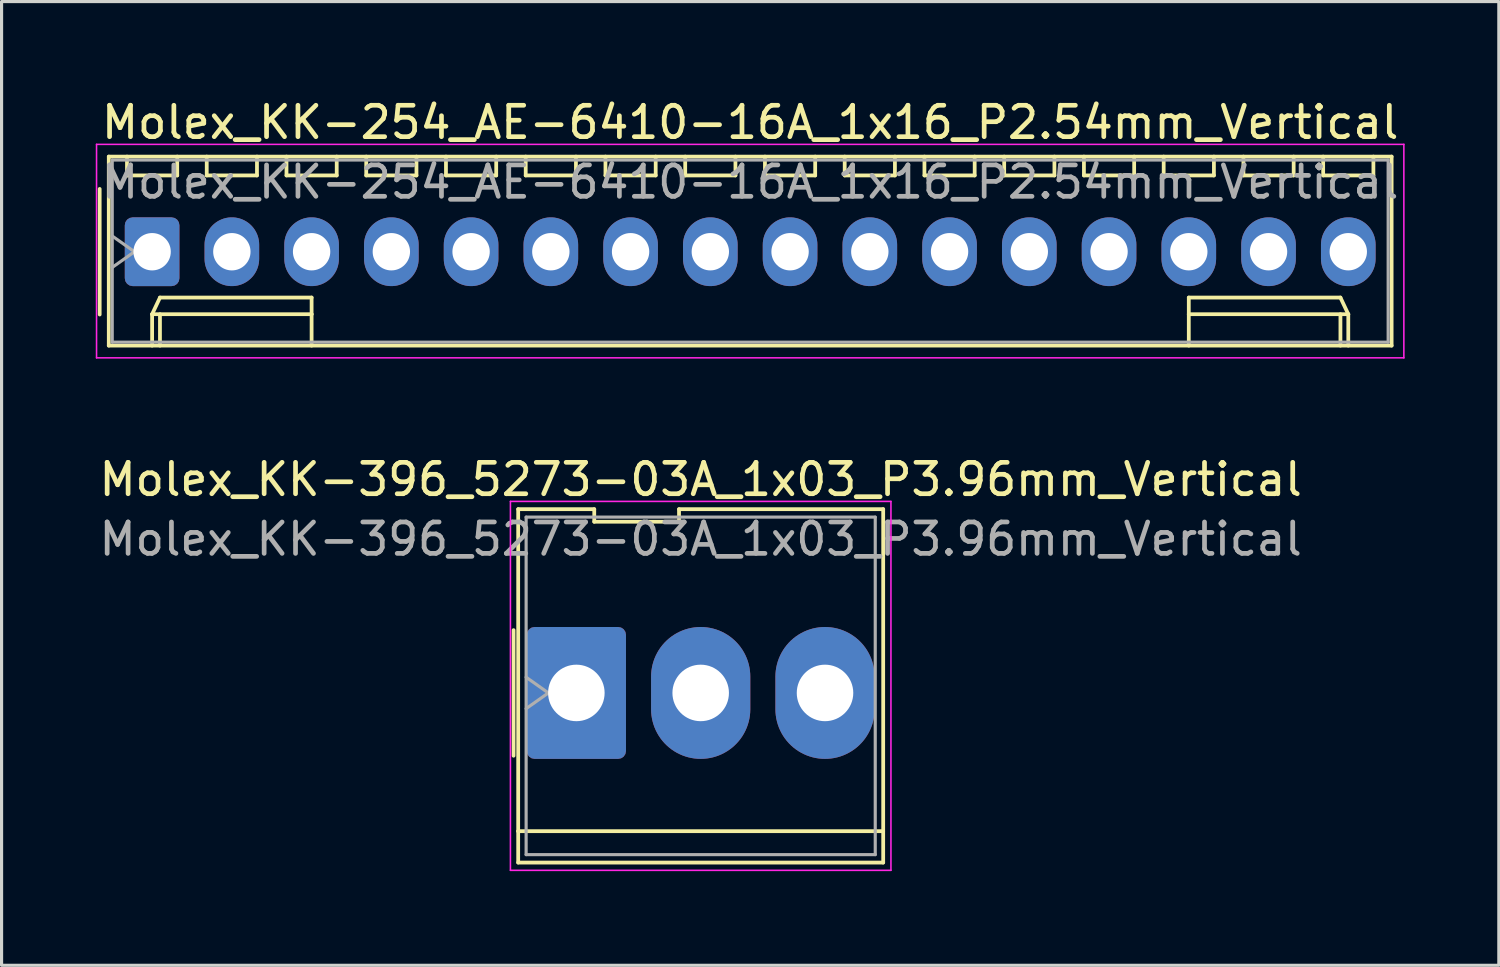
<source format=kicad_pcb>
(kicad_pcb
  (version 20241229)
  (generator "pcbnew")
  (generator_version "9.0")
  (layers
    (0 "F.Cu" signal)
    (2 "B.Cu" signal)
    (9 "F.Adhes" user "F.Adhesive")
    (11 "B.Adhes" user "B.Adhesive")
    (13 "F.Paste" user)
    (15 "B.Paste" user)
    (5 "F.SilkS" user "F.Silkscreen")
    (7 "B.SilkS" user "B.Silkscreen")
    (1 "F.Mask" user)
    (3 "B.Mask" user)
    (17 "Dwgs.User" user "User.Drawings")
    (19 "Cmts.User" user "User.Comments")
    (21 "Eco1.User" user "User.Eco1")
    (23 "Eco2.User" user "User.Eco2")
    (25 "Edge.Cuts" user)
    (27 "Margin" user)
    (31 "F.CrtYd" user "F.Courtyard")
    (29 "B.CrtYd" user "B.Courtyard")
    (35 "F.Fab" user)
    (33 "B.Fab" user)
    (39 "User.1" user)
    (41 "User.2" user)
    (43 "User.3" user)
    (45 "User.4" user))
  (footprint "Molex_KK-254_AE-6410-16A_1x16_P2.54mm_Vertical"
    (layer "F.Cu")
    (at 1.795 4.968)
    (property "Reference" "Molex_KK-254_AE-6410-16A_1x16_P2.54mm_Vertical" (at 19.05 -4.12 0) (layer "F.SilkS") (effects (font (size 1 1) (thickness 0.15))))
    (attr through_hole)
    (fp_line (start -1.67 -2) (end -1.67 2) (stroke (width 0.12) (type solid)) (layer "F.SilkS"))
    (fp_line (start -1.38 -3.03) (end -1.38 2.99) (stroke (width 0.12) (type solid)) (layer "F.SilkS"))
    (fp_line (start -1.38 2.99) (end 39.48 2.99) (stroke (width 0.12) (type solid)) (layer "F.SilkS"))
    (fp_line (start -0.8 -3.03) (end -0.8 -2.43) (stroke (width 0.12) (type solid)) (layer "F.SilkS"))
    (fp_line (start -0.8 -2.43) (end 0.8 -2.43) (stroke (width 0.12) (type solid)) (layer "F.SilkS"))
    (fp_line (start 0 1.99) (end 0.25 1.46) (stroke (width 0.12) (type solid)) (layer "F.SilkS"))
    (fp_line (start 0 1.99) (end 5.08 1.99) (stroke (width 0.12) (type solid)) (layer "F.SilkS"))
    (fp_line (start 0 2.99) (end 0 1.99) (stroke (width 0.12) (type solid)) (layer "F.SilkS"))
    (fp_line (start 0.25 1.46) (end 5.08 1.46) (stroke (width 0.12) (type solid)) (layer "F.SilkS"))
    (fp_line (start 0.25 2.99) (end 0.25 1.99) (stroke (width 0.12) (type solid)) (layer "F.SilkS"))
    (fp_line (start 0.8 -2.43) (end 0.8 -3.03) (stroke (width 0.12) (type solid)) (layer "F.SilkS"))
    (fp_line (start 1.74 -3.03) (end 1.74 -2.43) (stroke (width 0.12) (type solid)) (layer "F.SilkS"))
    (fp_line (start 1.74 -2.43) (end 3.34 -2.43) (stroke (width 0.12) (type solid)) (layer "F.SilkS"))
    (fp_line (start 3.34 -2.43) (end 3.34 -3.03) (stroke (width 0.12) (type solid)) (layer "F.SilkS"))
    (fp_line (start 4.28 -3.03) (end 4.28 -2.43) (stroke (width 0.12) (type solid)) (layer "F.SilkS"))
    (fp_line (start 4.28 -2.43) (end 5.88 -2.43) (stroke (width 0.12) (type solid)) (layer "F.SilkS"))
    (fp_line (start 5.08 1.46) (end 5.08 1.99) (stroke (width 0.12) (type solid)) (layer "F.SilkS"))
    (fp_line (start 5.08 1.99) (end 5.08 2.99) (stroke (width 0.12) (type solid)) (layer "F.SilkS"))
    (fp_line (start 5.88 -2.43) (end 5.88 -3.03) (stroke (width 0.12) (type solid)) (layer "F.SilkS"))
    (fp_line (start 6.82 -3.03) (end 6.82 -2.43) (stroke (width 0.12) (type solid)) (layer "F.SilkS"))
    (fp_line (start 6.82 -2.43) (end 8.42 -2.43) (stroke (width 0.12) (type solid)) (layer "F.SilkS"))
    (fp_line (start 8.42 -2.43) (end 8.42 -3.03) (stroke (width 0.12) (type solid)) (layer "F.SilkS"))
    (fp_line (start 9.36 -3.03) (end 9.36 -2.43) (stroke (width 0.12) (type solid)) (layer "F.SilkS"))
    (fp_line (start 9.36 -2.43) (end 10.96 -2.43) (stroke (width 0.12) (type solid)) (layer "F.SilkS"))
    (fp_line (start 10.96 -2.43) (end 10.96 -3.03) (stroke (width 0.12) (type solid)) (layer "F.SilkS"))
    (fp_line (start 11.9 -3.03) (end 11.9 -2.43) (stroke (width 0.12) (type solid)) (layer "F.SilkS"))
    (fp_line (start 11.9 -2.43) (end 13.5 -2.43) (stroke (width 0.12) (type solid)) (layer "F.SilkS"))
    (fp_line (start 13.5 -2.43) (end 13.5 -3.03) (stroke (width 0.12) (type solid)) (layer "F.SilkS"))
    (fp_line (start 14.44 -3.03) (end 14.44 -2.43) (stroke (width 0.12) (type solid)) (layer "F.SilkS"))
    (fp_line (start 14.44 -2.43) (end 16.04 -2.43) (stroke (width 0.12) (type solid)) (layer "F.SilkS"))
    (fp_line (start 16.04 -2.43) (end 16.04 -3.03) (stroke (width 0.12) (type solid)) (layer "F.SilkS"))
    (fp_line (start 16.98 -3.03) (end 16.98 -2.43) (stroke (width 0.12) (type solid)) (layer "F.SilkS"))
    (fp_line (start 16.98 -2.43) (end 18.58 -2.43) (stroke (width 0.12) (type solid)) (layer "F.SilkS"))
    (fp_line (start 18.58 -2.43) (end 18.58 -3.03) (stroke (width 0.12) (type solid)) (layer "F.SilkS"))
    (fp_line (start 19.52 -3.03) (end 19.52 -2.43) (stroke (width 0.12) (type solid)) (layer "F.SilkS"))
    (fp_line (start 19.52 -2.43) (end 21.12 -2.43) (stroke (width 0.12) (type solid)) (layer "F.SilkS"))
    (fp_line (start 21.12 -2.43) (end 21.12 -3.03) (stroke (width 0.12) (type solid)) (layer "F.SilkS"))
    (fp_line (start 22.06 -3.03) (end 22.06 -2.43) (stroke (width 0.12) (type solid)) (layer "F.SilkS"))
    (fp_line (start 22.06 -2.43) (end 23.66 -2.43) (stroke (width 0.12) (type solid)) (layer "F.SilkS"))
    (fp_line (start 23.66 -2.43) (end 23.66 -3.03) (stroke (width 0.12) (type solid)) (layer "F.SilkS"))
    (fp_line (start 24.6 -3.03) (end 24.6 -2.43) (stroke (width 0.12) (type solid)) (layer "F.SilkS"))
    (fp_line (start 24.6 -2.43) (end 26.2 -2.43) (stroke (width 0.12) (type solid)) (layer "F.SilkS"))
    (fp_line (start 26.2 -2.43) (end 26.2 -3.03) (stroke (width 0.12) (type solid)) (layer "F.SilkS"))
    (fp_line (start 27.14 -3.03) (end 27.14 -2.43) (stroke (width 0.12) (type solid)) (layer "F.SilkS"))
    (fp_line (start 27.14 -2.43) (end 28.74 -2.43) (stroke (width 0.12) (type solid)) (layer "F.SilkS"))
    (fp_line (start 28.74 -2.43) (end 28.74 -3.03) (stroke (width 0.12) (type solid)) (layer "F.SilkS"))
    (fp_line (start 29.68 -3.03) (end 29.68 -2.43) (stroke (width 0.12) (type solid)) (layer "F.SilkS"))
    (fp_line (start 29.68 -2.43) (end 31.28 -2.43) (stroke (width 0.12) (type solid)) (layer "F.SilkS"))
    (fp_line (start 31.28 -2.43) (end 31.28 -3.03) (stroke (width 0.12) (type solid)) (layer "F.SilkS"))
    (fp_line (start 32.22 -3.03) (end 32.22 -2.43) (stroke (width 0.12) (type solid)) (layer "F.SilkS"))
    (fp_line (start 32.22 -2.43) (end 33.82 -2.43) (stroke (width 0.12) (type solid)) (layer "F.SilkS"))
    (fp_line (start 33.02 1.46) (end 33.02 1.99) (stroke (width 0.12) (type solid)) (layer "F.SilkS"))
    (fp_line (start 33.02 1.99) (end 33.02 2.99) (stroke (width 0.12) (type solid)) (layer "F.SilkS"))
    (fp_line (start 33.82 -2.43) (end 33.82 -3.03) (stroke (width 0.12) (type solid)) (layer "F.SilkS"))
    (fp_line (start 34.76 -3.03) (end 34.76 -2.43) (stroke (width 0.12) (type solid)) (layer "F.SilkS"))
    (fp_line (start 34.76 -2.43) (end 36.36 -2.43) (stroke (width 0.12) (type solid)) (layer "F.SilkS"))
    (fp_line (start 36.36 -2.43) (end 36.36 -3.03) (stroke (width 0.12) (type solid)) (layer "F.SilkS"))
    (fp_line (start 37.3 -3.03) (end 37.3 -2.43) (stroke (width 0.12) (type solid)) (layer "F.SilkS"))
    (fp_line (start 37.3 -2.43) (end 38.9 -2.43) (stroke (width 0.12) (type solid)) (layer "F.SilkS"))
    (fp_line (start 37.85 1.46) (end 33.02 1.46) (stroke (width 0.12) (type solid)) (layer "F.SilkS"))
    (fp_line (start 37.85 2.99) (end 37.85 1.99) (stroke (width 0.12) (type solid)) (layer "F.SilkS"))
    (fp_line (start 38.1 1.99) (end 33.02 1.99) (stroke (width 0.12) (type solid)) (layer "F.SilkS"))
    (fp_line (start 38.1 1.99) (end 37.85 1.46) (stroke (width 0.12) (type solid)) (layer "F.SilkS"))
    (fp_line (start 38.1 2.99) (end 38.1 1.99) (stroke (width 0.12) (type solid)) (layer "F.SilkS"))
    (fp_line (start 38.9 -2.43) (end 38.9 -3.03) (stroke (width 0.12) (type solid)) (layer "F.SilkS"))
    (fp_line (start 39.48 -3.03) (end -1.38 -3.03) (stroke (width 0.12) (type solid)) (layer "F.SilkS"))
    (fp_line (start 39.48 2.99) (end 39.48 -3.03) (stroke (width 0.12) (type solid)) (layer "F.SilkS"))
    (fp_line (start -1.77 -3.42) (end -1.77 3.38) (stroke (width 0.05) (type solid)) (layer "F.CrtYd"))
    (fp_line (start -1.77 3.38) (end 39.87 3.38) (stroke (width 0.05) (type solid)) (layer "F.CrtYd"))
    (fp_line (start 39.87 -3.42) (end -1.77 -3.42) (stroke (width 0.05) (type solid)) (layer "F.CrtYd"))
    (fp_line (start 39.87 3.38) (end 39.87 -3.42) (stroke (width 0.05) (type solid)) (layer "F.CrtYd"))
    (fp_line (start -1.27 -2.92) (end -1.27 2.88) (stroke (width 0.1) (type solid)) (layer "F.Fab"))
    (fp_line (start -1.27 -0.5) (end -0.563 0) (stroke (width 0.1) (type solid)) (layer "F.Fab"))
    (fp_line (start -1.27 2.88) (end 39.37 2.88) (stroke (width 0.1) (type solid)) (layer "F.Fab"))
    (fp_line (start -0.563 0) (end -1.27 0.5) (stroke (width 0.1) (type solid)) (layer "F.Fab"))
    (fp_line (start 39.37 -2.92) (end -1.27 -2.92) (stroke (width 0.1) (type solid)) (layer "F.Fab"))
    (fp_line (start 39.37 2.88) (end 39.37 -2.92) (stroke (width 0.1) (type solid)) (layer "F.Fab"))
    (fp_text user "${REFERENCE}" (at 19.05 -2.22 0) (layer "F.Fab") (effects (font (size 1 1) (thickness 0.15))))
    (pad "1" thru_hole roundrect (at 0 0) (size 1.74 2.19) (drill 1.19) (layers "*.Cu" "*.Mask") (roundrect_rratio 0.144))
    (pad "2" thru_hole oval (at 2.54 0) (size 1.74 2.19) (drill 1.19) (layers "*.Cu" "*.Mask"))
    (pad "3" thru_hole oval (at 5.08 0) (size 1.74 2.19) (drill 1.19) (layers "*.Cu" "*.Mask"))
    (pad "4" thru_hole oval (at 7.62 0) (size 1.74 2.19) (drill 1.19) (layers "*.Cu" "*.Mask"))
    (pad "5" thru_hole oval (at 10.16 0) (size 1.74 2.19) (drill 1.19) (layers "*.Cu" "*.Mask"))
    (pad "6" thru_hole oval (at 12.7 0) (size 1.74 2.19) (drill 1.19) (layers "*.Cu" "*.Mask"))
    (pad "7" thru_hole oval (at 15.24 0) (size 1.74 2.19) (drill 1.19) (layers "*.Cu" "*.Mask"))
    (pad "8" thru_hole oval (at 17.78 0) (size 1.74 2.19) (drill 1.19) (layers "*.Cu" "*.Mask"))
    (pad "9" thru_hole oval (at 20.32 0) (size 1.74 2.19) (drill 1.19) (layers "*.Cu" "*.Mask"))
    (pad "10" thru_hole oval (at 22.86 0) (size 1.74 2.19) (drill 1.19) (layers "*.Cu" "*.Mask"))
    (pad "11" thru_hole oval (at 25.4 0) (size 1.74 2.19) (drill 1.19) (layers "*.Cu" "*.Mask"))
    (pad "12" thru_hole oval (at 27.94 0) (size 1.74 2.19) (drill 1.19) (layers "*.Cu" "*.Mask"))
    (pad "13" thru_hole oval (at 30.48 0) (size 1.74 2.19) (drill 1.19) (layers "*.Cu" "*.Mask"))
    (pad "14" thru_hole oval (at 33.02 0) (size 1.74 2.19) (drill 1.19) (layers "*.Cu" "*.Mask"))
    (pad "15" thru_hole oval (at 35.56 0) (size 1.74 2.19) (drill 1.19) (layers "*.Cu" "*.Mask"))
    (pad "16" thru_hole oval (at 38.1 0) (size 1.74 2.19) (drill 1.19) (layers "*.Cu" "*.Mask")))
  (footprint "Molex_KK-396_5273-03A_1x03_P3.96mm_Vertical"
    (layer "F.Cu")
    (at 15.308 19.021)
    (property "Reference" "Molex_KK-396_5273-03A_1x03_P3.96mm_Vertical" (at 3.96 -6.8 0) (layer "F.SilkS") (effects (font (size 1 1) (thickness 0.15))))
    (attr through_hole)
    (fp_line (start -2 -2) (end -2 2) (stroke (width 0.12) (type solid)) (layer "F.SilkS"))
    (fp_line (start -1.853 -5.853) (end 0.57 -5.853) (stroke (width 0.12) (type solid)) (layer "F.SilkS"))
    (fp_line (start -1.853 4.403) (end -1.853 -5.853) (stroke (width 0.12) (type solid)) (layer "F.SilkS"))
    (fp_line (start -1.853 4.403) (end 9.773 4.403) (stroke (width 0.12) (type solid)) (layer "F.SilkS"))
    (fp_line (start -1.853 5.403) (end -1.853 4.403) (stroke (width 0.12) (type solid)) (layer "F.SilkS"))
    (fp_line (start 0.57 -5.853) (end 0.57 -5.453) (stroke (width 0.12) (type solid)) (layer "F.SilkS"))
    (fp_line (start 0.57 -5.453) (end 3.27 -5.453) (stroke (width 0.12) (type solid)) (layer "F.SilkS"))
    (fp_line (start 3.27 -5.853) (end 9.773 -5.853) (stroke (width 0.12) (type solid)) (layer "F.SilkS"))
    (fp_line (start 3.27 -5.453) (end 3.27 -5.853) (stroke (width 0.12) (type solid)) (layer "F.SilkS"))
    (fp_line (start 9.773 -5.853) (end 9.773 5.403) (stroke (width 0.12) (type solid)) (layer "F.SilkS"))
    (fp_line (start 9.773 5.403) (end -1.853 5.403) (stroke (width 0.12) (type solid)) (layer "F.SilkS"))
    (fp_line (start -2.1 -6.1) (end -2.1 5.65) (stroke (width 0.05) (type solid)) (layer "F.CrtYd"))
    (fp_line (start -2.1 5.65) (end 10.02 5.65) (stroke (width 0.05) (type solid)) (layer "F.CrtYd"))
    (fp_line (start 10.02 -6.1) (end -2.1 -6.1) (stroke (width 0.05) (type solid)) (layer "F.CrtYd"))
    (fp_line (start 10.02 5.65) (end 10.02 -6.1) (stroke (width 0.05) (type solid)) (layer "F.CrtYd"))
    (fp_line (start -1.6 -5.6) (end 9.52 -5.6) (stroke (width 0.1) (type solid)) (layer "F.Fab"))
    (fp_line (start -1.6 -0.5) (end -0.893 0) (stroke (width 0.1) (type solid)) (layer "F.Fab"))
    (fp_line (start -1.6 5.15) (end -1.6 -5.6) (stroke (width 0.1) (type solid)) (layer "F.Fab"))
    (fp_line (start -0.893 0) (end -1.6 0.5) (stroke (width 0.1) (type solid)) (layer "F.Fab"))
    (fp_line (start 9.52 -5.6) (end 9.52 5.15) (stroke (width 0.1) (type solid)) (layer "F.Fab"))
    (fp_line (start 9.52 5.15) (end -1.6 5.15) (stroke (width 0.1) (type solid)) (layer "F.Fab"))
    (fp_text user "${REFERENCE}" (at 3.96 -4.9 0) (layer "F.Fab") (effects (font (size 1 1) (thickness 0.15))))
    (pad "1" thru_hole roundrect (at 0 0) (size 3.16 4.2) (drill 1.8) (layers "*.Cu" "*.Mask") (roundrect_rratio 0.079))
    (pad "2" thru_hole oval (at 3.96 0) (size 3.16 4.2) (drill 1.8) (layers "*.Cu" "*.Mask"))
    (pad "3" thru_hole oval (at 7.92 0) (size 3.16 4.2) (drill 1.8) (layers "*.Cu" "*.Mask")))
  (gr_rect
    (start -3 -3)
    (end 44.69 27.697)
    (stroke (width 0.1) (type default))
    (fill no)
    (layer "Edge.Cuts")))
</source>
